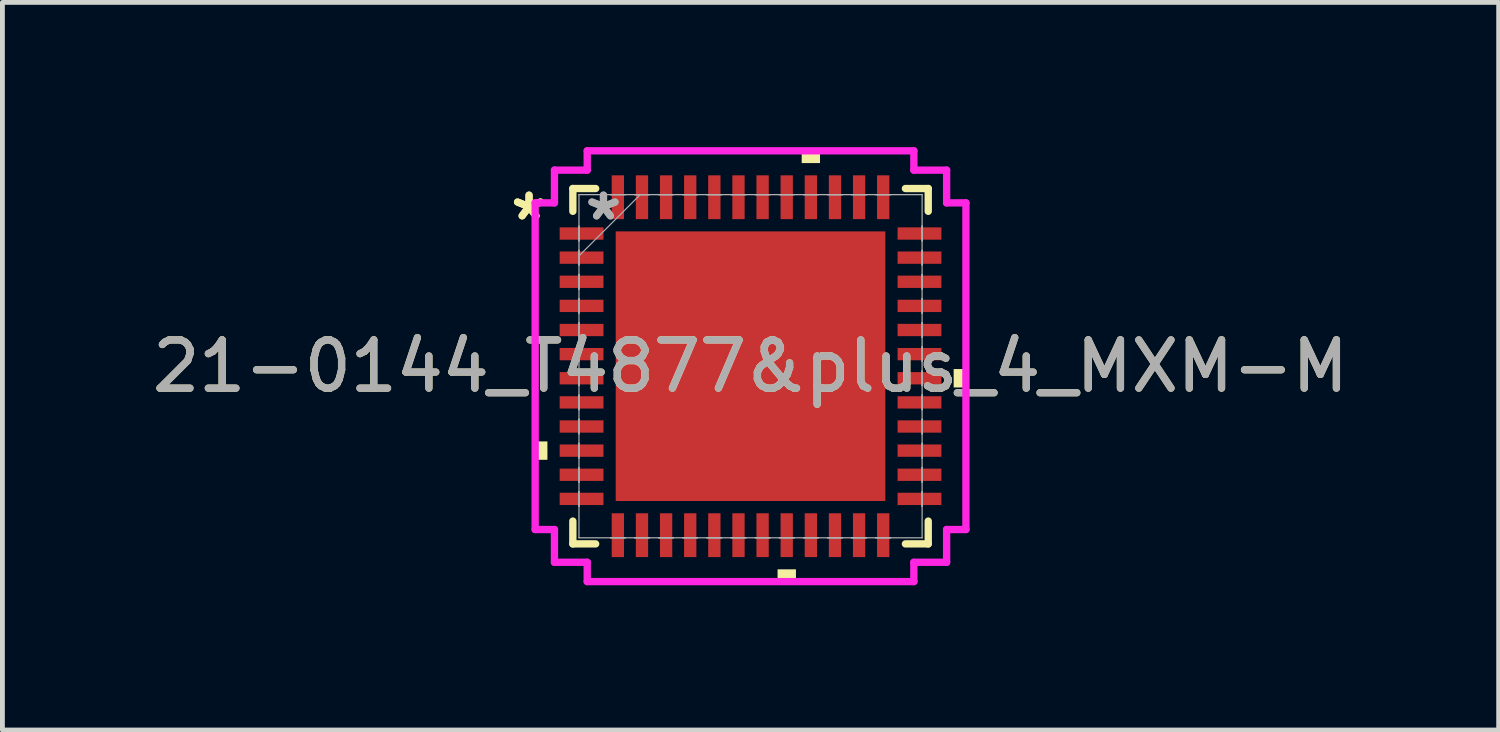
<source format=kicad_pcb>
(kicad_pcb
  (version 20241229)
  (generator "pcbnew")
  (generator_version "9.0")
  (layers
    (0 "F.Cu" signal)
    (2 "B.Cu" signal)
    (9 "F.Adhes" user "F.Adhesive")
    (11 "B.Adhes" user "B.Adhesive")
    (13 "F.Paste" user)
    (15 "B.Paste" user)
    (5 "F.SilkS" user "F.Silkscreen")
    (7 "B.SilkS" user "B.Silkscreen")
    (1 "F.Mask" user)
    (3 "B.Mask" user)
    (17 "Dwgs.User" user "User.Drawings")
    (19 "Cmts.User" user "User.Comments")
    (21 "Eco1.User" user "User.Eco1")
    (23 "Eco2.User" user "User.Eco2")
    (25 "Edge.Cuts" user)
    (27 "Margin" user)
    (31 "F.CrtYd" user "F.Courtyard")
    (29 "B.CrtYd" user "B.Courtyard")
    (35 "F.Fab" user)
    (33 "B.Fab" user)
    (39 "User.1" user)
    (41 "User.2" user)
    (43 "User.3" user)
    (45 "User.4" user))
  (footprint "21-0144_T4877&plus_4_MXM-M"
    (layer "F.Cu")
    (at 12.506 4.54)
    (property "Reference" "21-0144_T4877&plus_4_MXM-M" (at 0 0 0) (unlocked yes) (layer "F.SilkS") (effects (font (size 1 1) (thickness 0.15))))
    (attr smd)
    (fp_line (start -3.683 -3.683) (end -3.683 -3.21) (stroke (width 0.152) (type solid)) (layer "F.SilkS"))
    (fp_line (start -3.683 3.21) (end -3.683 3.683) (stroke (width 0.152) (type solid)) (layer "F.SilkS"))
    (fp_line (start -3.683 3.683) (end -3.21 3.683) (stroke (width 0.152) (type solid)) (layer "F.SilkS"))
    (fp_line (start -3.21 -3.683) (end -3.683 -3.683) (stroke (width 0.152) (type solid)) (layer "F.SilkS"))
    (fp_line (start 3.21 3.683) (end 3.683 3.683) (stroke (width 0.152) (type solid)) (layer "F.SilkS"))
    (fp_line (start 3.683 -3.683) (end 3.21 -3.683) (stroke (width 0.152) (type solid)) (layer "F.SilkS"))
    (fp_line (start 3.683 -3.21) (end 3.683 -3.683) (stroke (width 0.152) (type solid)) (layer "F.SilkS"))
    (fp_line (start 3.683 3.683) (end 3.683 3.21) (stroke (width 0.152) (type solid)) (layer "F.SilkS"))
    (fp_poly (pts (xy -4.464 1.559) (xy -4.464 1.94) (xy -4.21 1.94) (xy -4.21 1.559)) (stroke (width 0) (type solid)) (fill yes) (layer "F.SilkS"))
    (fp_poly (pts (xy 0.56 4.21) (xy 0.56 4.464) (xy 0.941 4.464) (xy 0.941 4.21)) (stroke (width 0) (type solid)) (fill yes) (layer "F.SilkS"))
    (fp_poly (pts (xy 1.06 -4.21) (xy 1.06 -4.464) (xy 1.44 -4.464) (xy 1.44 -4.21)) (stroke (width 0) (type solid)) (fill yes) (layer "F.SilkS"))
    (fp_poly (pts (xy 4.464 0.059) (xy 4.464 0.441) (xy 4.21 0.441) (xy 4.21 0.059)) (stroke (width 0) (type solid)) (fill yes) (layer "F.SilkS"))
    (fp_poly (pts (xy -2.694 -2.694) (xy -2.694 -1.497) (xy -1.497 -1.497) (xy -1.497 -2.694)) (stroke (width 0) (type solid)) (fill yes) (layer "F.Paste"))
    (fp_poly (pts (xy -2.694 -1.297) (xy -2.694 -0.1) (xy -1.497 -0.1) (xy -1.497 -1.297)) (stroke (width 0) (type solid)) (fill yes) (layer "F.Paste"))
    (fp_poly (pts (xy -2.694 0.1) (xy -2.694 1.297) (xy -1.497 1.297) (xy -1.497 0.1)) (stroke (width 0) (type solid)) (fill yes) (layer "F.Paste"))
    (fp_poly (pts (xy -2.694 1.497) (xy -2.694 2.694) (xy -1.497 2.694) (xy -1.497 1.497)) (stroke (width 0) (type solid)) (fill yes) (layer "F.Paste"))
    (fp_poly (pts (xy -1.297 -2.694) (xy -1.297 -1.497) (xy -0.1 -1.497) (xy -0.1 -2.694)) (stroke (width 0) (type solid)) (fill yes) (layer "F.Paste"))
    (fp_poly (pts (xy -1.297 -1.297) (xy -1.297 -0.1) (xy -0.1 -0.1) (xy -0.1 -1.297)) (stroke (width 0) (type solid)) (fill yes) (layer "F.Paste"))
    (fp_poly (pts (xy -1.297 0.1) (xy -1.297 1.297) (xy -0.1 1.297) (xy -0.1 0.1)) (stroke (width 0) (type solid)) (fill yes) (layer "F.Paste"))
    (fp_poly (pts (xy -1.297 1.497) (xy -1.297 2.694) (xy -0.1 2.694) (xy -0.1 1.497)) (stroke (width 0) (type solid)) (fill yes) (layer "F.Paste"))
    (fp_poly (pts (xy 0.1 -2.694) (xy 0.1 -1.497) (xy 1.297 -1.497) (xy 1.297 -2.694)) (stroke (width 0) (type solid)) (fill yes) (layer "F.Paste"))
    (fp_poly (pts (xy 0.1 -1.297) (xy 0.1 -0.1) (xy 1.297 -0.1) (xy 1.297 -1.297)) (stroke (width 0) (type solid)) (fill yes) (layer "F.Paste"))
    (fp_poly (pts (xy 0.1 0.1) (xy 0.1 1.297) (xy 1.297 1.297) (xy 1.297 0.1)) (stroke (width 0) (type solid)) (fill yes) (layer "F.Paste"))
    (fp_poly (pts (xy 0.1 1.497) (xy 0.1 2.694) (xy 1.297 2.694) (xy 1.297 1.497)) (stroke (width 0) (type solid)) (fill yes) (layer "F.Paste"))
    (fp_poly (pts (xy 1.497 -2.694) (xy 1.497 -1.497) (xy 2.694 -1.497) (xy 2.694 -2.694)) (stroke (width 0) (type solid)) (fill yes) (layer "F.Paste"))
    (fp_poly (pts (xy 1.497 -1.297) (xy 1.497 -0.1) (xy 2.694 -0.1) (xy 2.694 -1.297)) (stroke (width 0) (type solid)) (fill yes) (layer "F.Paste"))
    (fp_poly (pts (xy 1.497 0.1) (xy 1.497 1.297) (xy 2.694 1.297) (xy 2.694 0.1)) (stroke (width 0) (type solid)) (fill yes) (layer "F.Paste"))
    (fp_poly (pts (xy 1.497 1.497) (xy 1.497 2.694) (xy 2.694 2.694) (xy 2.694 1.497)) (stroke (width 0) (type solid)) (fill yes) (layer "F.Paste"))
    (fp_line (start -4.464 -3.385) (end -4.064 -3.385) (stroke (width 0.152) (type solid)) (layer "F.CrtYd"))
    (fp_line (start -4.464 3.385) (end -4.464 -3.385) (stroke (width 0.152) (type solid)) (layer "F.CrtYd"))
    (fp_line (start -4.064 -4.064) (end -3.385 -4.064) (stroke (width 0.152) (type solid)) (layer "F.CrtYd"))
    (fp_line (start -4.064 -3.385) (end -4.064 -4.064) (stroke (width 0.152) (type solid)) (layer "F.CrtYd"))
    (fp_line (start -4.064 3.385) (end -4.464 3.385) (stroke (width 0.152) (type solid)) (layer "F.CrtYd"))
    (fp_line (start -4.064 4.064) (end -4.064 3.385) (stroke (width 0.152) (type solid)) (layer "F.CrtYd"))
    (fp_line (start -3.385 -4.464) (end 3.385 -4.464) (stroke (width 0.152) (type solid)) (layer "F.CrtYd"))
    (fp_line (start -3.385 -4.064) (end -3.385 -4.464) (stroke (width 0.152) (type solid)) (layer "F.CrtYd"))
    (fp_line (start -3.385 4.064) (end -4.064 4.064) (stroke (width 0.152) (type solid)) (layer "F.CrtYd"))
    (fp_line (start -3.385 4.464) (end -3.385 4.064) (stroke (width 0.152) (type solid)) (layer "F.CrtYd"))
    (fp_line (start 3.385 -4.464) (end 3.385 -4.064) (stroke (width 0.152) (type solid)) (layer "F.CrtYd"))
    (fp_line (start 3.385 -4.064) (end 4.064 -4.064) (stroke (width 0.152) (type solid)) (layer "F.CrtYd"))
    (fp_line (start 3.385 4.064) (end 3.385 4.464) (stroke (width 0.152) (type solid)) (layer "F.CrtYd"))
    (fp_line (start 3.385 4.464) (end -3.385 4.464) (stroke (width 0.152) (type solid)) (layer "F.CrtYd"))
    (fp_line (start 4.064 -4.064) (end 4.064 -3.385) (stroke (width 0.152) (type solid)) (layer "F.CrtYd"))
    (fp_line (start 4.064 -3.385) (end 4.464 -3.385) (stroke (width 0.152) (type solid)) (layer "F.CrtYd"))
    (fp_line (start 4.064 3.385) (end 4.064 4.064) (stroke (width 0.152) (type solid)) (layer "F.CrtYd"))
    (fp_line (start 4.064 4.064) (end 3.385 4.064) (stroke (width 0.152) (type solid)) (layer "F.CrtYd"))
    (fp_line (start 4.464 -3.385) (end 4.464 3.385) (stroke (width 0.152) (type solid)) (layer "F.CrtYd"))
    (fp_line (start 4.464 3.385) (end 4.064 3.385) (stroke (width 0.152) (type solid)) (layer "F.CrtYd"))
    (fp_line (start -3.556 -3.556) (end -3.556 -3.556) (stroke (width 0.025) (type solid)) (layer "F.Fab"))
    (fp_line (start -3.556 -3.556) (end -3.556 3.556) (stroke (width 0.025) (type solid)) (layer "F.Fab"))
    (fp_line (start -3.556 -2.902) (end -3.556 -2.902) (stroke (width 0.025) (type solid)) (layer "F.Fab"))
    (fp_line (start -3.556 -2.902) (end -3.556 -2.598) (stroke (width 0.025) (type solid)) (layer "F.Fab"))
    (fp_line (start -3.556 -2.598) (end -3.556 -2.902) (stroke (width 0.025) (type solid)) (layer "F.Fab"))
    (fp_line (start -3.556 -2.598) (end -3.556 -2.598) (stroke (width 0.025) (type solid)) (layer "F.Fab"))
    (fp_line (start -3.556 -2.402) (end -3.556 -2.402) (stroke (width 0.025) (type solid)) (layer "F.Fab"))
    (fp_line (start -3.556 -2.402) (end -3.556 -2.098) (stroke (width 0.025) (type solid)) (layer "F.Fab"))
    (fp_line (start -3.556 -2.286) (end -2.286 -3.556) (stroke (width 0.025) (type solid)) (layer "F.Fab"))
    (fp_line (start -3.556 -2.098) (end -3.556 -2.402) (stroke (width 0.025) (type solid)) (layer "F.Fab"))
    (fp_line (start -3.556 -2.098) (end -3.556 -2.098) (stroke (width 0.025) (type solid)) (layer "F.Fab"))
    (fp_line (start -3.556 -1.902) (end -3.556 -1.902) (stroke (width 0.025) (type solid)) (layer "F.Fab"))
    (fp_line (start -3.556 -1.902) (end -3.556 -1.598) (stroke (width 0.025) (type solid)) (layer "F.Fab"))
    (fp_line (start -3.556 -1.598) (end -3.556 -1.902) (stroke (width 0.025) (type solid)) (layer "F.Fab"))
    (fp_line (start -3.556 -1.598) (end -3.556 -1.598) (stroke (width 0.025) (type solid)) (layer "F.Fab"))
    (fp_line (start -3.556 -1.402) (end -3.556 -1.402) (stroke (width 0.025) (type solid)) (layer "F.Fab"))
    (fp_line (start -3.556 -1.402) (end -3.556 -1.098) (stroke (width 0.025) (type solid)) (layer "F.Fab"))
    (fp_line (start -3.556 -1.098) (end -3.556 -1.402) (stroke (width 0.025) (type solid)) (layer "F.Fab"))
    (fp_line (start -3.556 -1.098) (end -3.556 -1.098) (stroke (width 0.025) (type solid)) (layer "F.Fab"))
    (fp_line (start -3.556 -0.902) (end -3.556 -0.902) (stroke (width 0.025) (type solid)) (layer "F.Fab"))
    (fp_line (start -3.556 -0.902) (end -3.556 -0.598) (stroke (width 0.025) (type solid)) (layer "F.Fab"))
    (fp_line (start -3.556 -0.598) (end -3.556 -0.902) (stroke (width 0.025) (type solid)) (layer "F.Fab"))
    (fp_line (start -3.556 -0.598) (end -3.556 -0.598) (stroke (width 0.025) (type solid)) (layer "F.Fab"))
    (fp_line (start -3.556 -0.402) (end -3.556 -0.402) (stroke (width 0.025) (type solid)) (layer "F.Fab"))
    (fp_line (start -3.556 -0.402) (end -3.556 -0.098) (stroke (width 0.025) (type solid)) (layer "F.Fab"))
    (fp_line (start -3.556 -0.098) (end -3.556 -0.402) (stroke (width 0.025) (type solid)) (layer "F.Fab"))
    (fp_line (start -3.556 -0.098) (end -3.556 -0.098) (stroke (width 0.025) (type solid)) (layer "F.Fab"))
    (fp_line (start -3.556 0.098) (end -3.556 0.098) (stroke (width 0.025) (type solid)) (layer "F.Fab"))
    (fp_line (start -3.556 0.098) (end -3.556 0.402) (stroke (width 0.025) (type solid)) (layer "F.Fab"))
    (fp_line (start -3.556 0.402) (end -3.556 0.098) (stroke (width 0.025) (type solid)) (layer "F.Fab"))
    (fp_line (start -3.556 0.402) (end -3.556 0.402) (stroke (width 0.025) (type solid)) (layer "F.Fab"))
    (fp_line (start -3.556 0.598) (end -3.556 0.598) (stroke (width 0.025) (type solid)) (layer "F.Fab"))
    (fp_line (start -3.556 0.598) (end -3.556 0.902) (stroke (width 0.025) (type solid)) (layer "F.Fab"))
    (fp_line (start -3.556 0.902) (end -3.556 0.598) (stroke (width 0.025) (type solid)) (layer "F.Fab"))
    (fp_line (start -3.556 0.902) (end -3.556 0.902) (stroke (width 0.025) (type solid)) (layer "F.Fab"))
    (fp_line (start -3.556 1.098) (end -3.556 1.098) (stroke (width 0.025) (type solid)) (layer "F.Fab"))
    (fp_line (start -3.556 1.098) (end -3.556 1.402) (stroke (width 0.025) (type solid)) (layer "F.Fab"))
    (fp_line (start -3.556 1.402) (end -3.556 1.098) (stroke (width 0.025) (type solid)) (layer "F.Fab"))
    (fp_line (start -3.556 1.402) (end -3.556 1.402) (stroke (width 0.025) (type solid)) (layer "F.Fab"))
    (fp_line (start -3.556 1.598) (end -3.556 1.598) (stroke (width 0.025) (type solid)) (layer "F.Fab"))
    (fp_line (start -3.556 1.598) (end -3.556 1.902) (stroke (width 0.025) (type solid)) (layer "F.Fab"))
    (fp_line (start -3.556 1.902) (end -3.556 1.598) (stroke (width 0.025) (type solid)) (layer "F.Fab"))
    (fp_line (start -3.556 1.902) (end -3.556 1.902) (stroke (width 0.025) (type solid)) (layer "F.Fab"))
    (fp_line (start -3.556 2.098) (end -3.556 2.098) (stroke (width 0.025) (type solid)) (layer "F.Fab"))
    (fp_line (start -3.556 2.098) (end -3.556 2.402) (stroke (width 0.025) (type solid)) (layer "F.Fab"))
    (fp_line (start -3.556 2.402) (end -3.556 2.098) (stroke (width 0.025) (type solid)) (layer "F.Fab"))
    (fp_line (start -3.556 2.402) (end -3.556 2.402) (stroke (width 0.025) (type solid)) (layer "F.Fab"))
    (fp_line (start -3.556 2.598) (end -3.556 2.598) (stroke (width 0.025) (type solid)) (layer "F.Fab"))
    (fp_line (start -3.556 2.598) (end -3.556 2.902) (stroke (width 0.025) (type solid)) (layer "F.Fab"))
    (fp_line (start -3.556 2.902) (end -3.556 2.598) (stroke (width 0.025) (type solid)) (layer "F.Fab"))
    (fp_line (start -3.556 2.902) (end -3.556 2.902) (stroke (width 0.025) (type solid)) (layer "F.Fab"))
    (fp_line (start -3.556 3.556) (end -3.556 3.556) (stroke (width 0.025) (type solid)) (layer "F.Fab"))
    (fp_line (start -3.556 3.556) (end 3.556 3.556) (stroke (width 0.025) (type solid)) (layer "F.Fab"))
    (fp_line (start -2.902 -3.556) (end -2.902 -3.556) (stroke (width 0.025) (type solid)) (layer "F.Fab"))
    (fp_line (start -2.902 -3.556) (end -2.598 -3.556) (stroke (width 0.025) (type solid)) (layer "F.Fab"))
    (fp_line (start -2.902 3.556) (end -2.902 3.556) (stroke (width 0.025) (type solid)) (layer "F.Fab"))
    (fp_line (start -2.902 3.556) (end -2.598 3.556) (stroke (width 0.025) (type solid)) (layer "F.Fab"))
    (fp_line (start -2.598 -3.556) (end -2.902 -3.556) (stroke (width 0.025) (type solid)) (layer "F.Fab"))
    (fp_line (start -2.598 -3.556) (end -2.598 -3.556) (stroke (width 0.025) (type solid)) (layer "F.Fab"))
    (fp_line (start -2.598 3.556) (end -2.902 3.556) (stroke (width 0.025) (type solid)) (layer "F.Fab"))
    (fp_line (start -2.598 3.556) (end -2.598 3.556) (stroke (width 0.025) (type solid)) (layer "F.Fab"))
    (fp_line (start -2.402 -3.556) (end -2.402 -3.556) (stroke (width 0.025) (type solid)) (layer "F.Fab"))
    (fp_line (start -2.402 -3.556) (end -2.098 -3.556) (stroke (width 0.025) (type solid)) (layer "F.Fab"))
    (fp_line (start -2.402 3.556) (end -2.402 3.556) (stroke (width 0.025) (type solid)) (layer "F.Fab"))
    (fp_line (start -2.402 3.556) (end -2.098 3.556) (stroke (width 0.025) (type solid)) (layer "F.Fab"))
    (fp_line (start -2.098 -3.556) (end -2.402 -3.556) (stroke (width 0.025) (type solid)) (layer "F.Fab"))
    (fp_line (start -2.098 -3.556) (end -2.098 -3.556) (stroke (width 0.025) (type solid)) (layer "F.Fab"))
    (fp_line (start -2.098 3.556) (end -2.402 3.556) (stroke (width 0.025) (type solid)) (layer "F.Fab"))
    (fp_line (start -2.098 3.556) (end -2.098 3.556) (stroke (width 0.025) (type solid)) (layer "F.Fab"))
    (fp_line (start -1.902 -3.556) (end -1.902 -3.556) (stroke (width 0.025) (type solid)) (layer "F.Fab"))
    (fp_line (start -1.902 -3.556) (end -1.598 -3.556) (stroke (width 0.025) (type solid)) (layer "F.Fab"))
    (fp_line (start -1.902 3.556) (end -1.902 3.556) (stroke (width 0.025) (type solid)) (layer "F.Fab"))
    (fp_line (start -1.902 3.556) (end -1.598 3.556) (stroke (width 0.025) (type solid)) (layer "F.Fab"))
    (fp_line (start -1.598 -3.556) (end -1.902 -3.556) (stroke (width 0.025) (type solid)) (layer "F.Fab"))
    (fp_line (start -1.598 -3.556) (end -1.598 -3.556) (stroke (width 0.025) (type solid)) (layer "F.Fab"))
    (fp_line (start -1.598 3.556) (end -1.902 3.556) (stroke (width 0.025) (type solid)) (layer "F.Fab"))
    (fp_line (start -1.598 3.556) (end -1.598 3.556) (stroke (width 0.025) (type solid)) (layer "F.Fab"))
    (fp_line (start -1.402 -3.556) (end -1.402 -3.556) (stroke (width 0.025) (type solid)) (layer "F.Fab"))
    (fp_line (start -1.402 -3.556) (end -1.098 -3.556) (stroke (width 0.025) (type solid)) (layer "F.Fab"))
    (fp_line (start -1.402 3.556) (end -1.402 3.556) (stroke (width 0.025) (type solid)) (layer "F.Fab"))
    (fp_line (start -1.402 3.556) (end -1.098 3.556) (stroke (width 0.025) (type solid)) (layer "F.Fab"))
    (fp_line (start -1.098 -3.556) (end -1.402 -3.556) (stroke (width 0.025) (type solid)) (layer "F.Fab"))
    (fp_line (start -1.098 -3.556) (end -1.098 -3.556) (stroke (width 0.025) (type solid)) (layer "F.Fab"))
    (fp_line (start -1.098 3.556) (end -1.402 3.556) (stroke (width 0.025) (type solid)) (layer "F.Fab"))
    (fp_line (start -1.098 3.556) (end -1.098 3.556) (stroke (width 0.025) (type solid)) (layer "F.Fab"))
    (fp_line (start -0.902 -3.556) (end -0.902 -3.556) (stroke (width 0.025) (type solid)) (layer "F.Fab"))
    (fp_line (start -0.902 -3.556) (end -0.598 -3.556) (stroke (width 0.025) (type solid)) (layer "F.Fab"))
    (fp_line (start -0.902 3.556) (end -0.902 3.556) (stroke (width 0.025) (type solid)) (layer "F.Fab"))
    (fp_line (start -0.902 3.556) (end -0.598 3.556) (stroke (width 0.025) (type solid)) (layer "F.Fab"))
    (fp_line (start -0.598 -3.556) (end -0.902 -3.556) (stroke (width 0.025) (type solid)) (layer "F.Fab"))
    (fp_line (start -0.598 -3.556) (end -0.598 -3.556) (stroke (width 0.025) (type solid)) (layer "F.Fab"))
    (fp_line (start -0.598 3.556) (end -0.902 3.556) (stroke (width 0.025) (type solid)) (layer "F.Fab"))
    (fp_line (start -0.598 3.556) (end -0.598 3.556) (stroke (width 0.025) (type solid)) (layer "F.Fab"))
    (fp_line (start -0.402 -3.556) (end -0.402 -3.556) (stroke (width 0.025) (type solid)) (layer "F.Fab"))
    (fp_line (start -0.402 -3.556) (end -0.098 -3.556) (stroke (width 0.025) (type solid)) (layer "F.Fab"))
    (fp_line (start -0.402 3.556) (end -0.402 3.556) (stroke (width 0.025) (type solid)) (layer "F.Fab"))
    (fp_line (start -0.402 3.556) (end -0.098 3.556) (stroke (width 0.025) (type solid)) (layer "F.Fab"))
    (fp_line (start -0.098 -3.556) (end -0.402 -3.556) (stroke (width 0.025) (type solid)) (layer "F.Fab"))
    (fp_line (start -0.098 -3.556) (end -0.098 -3.556) (stroke (width 0.025) (type solid)) (layer "F.Fab"))
    (fp_line (start -0.098 3.556) (end -0.402 3.556) (stroke (width 0.025) (type solid)) (layer "F.Fab"))
    (fp_line (start -0.098 3.556) (end -0.098 3.556) (stroke (width 0.025) (type solid)) (layer "F.Fab"))
    (fp_line (start 0.098 -3.556) (end 0.098 -3.556) (stroke (width 0.025) (type solid)) (layer "F.Fab"))
    (fp_line (start 0.098 -3.556) (end 0.402 -3.556) (stroke (width 0.025) (type solid)) (layer "F.Fab"))
    (fp_line (start 0.098 3.556) (end 0.098 3.556) (stroke (width 0.025) (type solid)) (layer "F.Fab"))
    (fp_line (start 0.098 3.556) (end 0.402 3.556) (stroke (width 0.025) (type solid)) (layer "F.Fab"))
    (fp_line (start 0.402 -3.556) (end 0.098 -3.556) (stroke (width 0.025) (type solid)) (layer "F.Fab"))
    (fp_line (start 0.402 -3.556) (end 0.402 -3.556) (stroke (width 0.025) (type solid)) (layer "F.Fab"))
    (fp_line (start 0.402 3.556) (end 0.098 3.556) (stroke (width 0.025) (type solid)) (layer "F.Fab"))
    (fp_line (start 0.402 3.556) (end 0.402 3.556) (stroke (width 0.025) (type solid)) (layer "F.Fab"))
    (fp_line (start 0.598 -3.556) (end 0.598 -3.556) (stroke (width 0.025) (type solid)) (layer "F.Fab"))
    (fp_line (start 0.598 -3.556) (end 0.902 -3.556) (stroke (width 0.025) (type solid)) (layer "F.Fab"))
    (fp_line (start 0.598 3.556) (end 0.598 3.556) (stroke (width 0.025) (type solid)) (layer "F.Fab"))
    (fp_line (start 0.598 3.556) (end 0.902 3.556) (stroke (width 0.025) (type solid)) (layer "F.Fab"))
    (fp_line (start 0.902 -3.556) (end 0.598 -3.556) (stroke (width 0.025) (type solid)) (layer "F.Fab"))
    (fp_line (start 0.902 -3.556) (end 0.902 -3.556) (stroke (width 0.025) (type solid)) (layer "F.Fab"))
    (fp_line (start 0.902 3.556) (end 0.598 3.556) (stroke (width 0.025) (type solid)) (layer "F.Fab"))
    (fp_line (start 0.902 3.556) (end 0.902 3.556) (stroke (width 0.025) (type solid)) (layer "F.Fab"))
    (fp_line (start 1.098 -3.556) (end 1.098 -3.556) (stroke (width 0.025) (type solid)) (layer "F.Fab"))
    (fp_line (start 1.098 -3.556) (end 1.402 -3.556) (stroke (width 0.025) (type solid)) (layer "F.Fab"))
    (fp_line (start 1.098 3.556) (end 1.098 3.556) (stroke (width 0.025) (type solid)) (layer "F.Fab"))
    (fp_line (start 1.098 3.556) (end 1.402 3.556) (stroke (width 0.025) (type solid)) (layer "F.Fab"))
    (fp_line (start 1.402 -3.556) (end 1.098 -3.556) (stroke (width 0.025) (type solid)) (layer "F.Fab"))
    (fp_line (start 1.402 -3.556) (end 1.402 -3.556) (stroke (width 0.025) (type solid)) (layer "F.Fab"))
    (fp_line (start 1.402 3.556) (end 1.098 3.556) (stroke (width 0.025) (type solid)) (layer "F.Fab"))
    (fp_line (start 1.402 3.556) (end 1.402 3.556) (stroke (width 0.025) (type solid)) (layer "F.Fab"))
    (fp_line (start 1.598 -3.556) (end 1.598 -3.556) (stroke (width 0.025) (type solid)) (layer "F.Fab"))
    (fp_line (start 1.598 -3.556) (end 1.902 -3.556) (stroke (width 0.025) (type solid)) (layer "F.Fab"))
    (fp_line (start 1.598 3.556) (end 1.598 3.556) (stroke (width 0.025) (type solid)) (layer "F.Fab"))
    (fp_line (start 1.598 3.556) (end 1.902 3.556) (stroke (width 0.025) (type solid)) (layer "F.Fab"))
    (fp_line (start 1.902 -3.556) (end 1.598 -3.556) (stroke (width 0.025) (type solid)) (layer "F.Fab"))
    (fp_line (start 1.902 -3.556) (end 1.902 -3.556) (stroke (width 0.025) (type solid)) (layer "F.Fab"))
    (fp_line (start 1.902 3.556) (end 1.598 3.556) (stroke (width 0.025) (type solid)) (layer "F.Fab"))
    (fp_line (start 1.902 3.556) (end 1.902 3.556) (stroke (width 0.025) (type solid)) (layer "F.Fab"))
    (fp_line (start 2.098 -3.556) (end 2.098 -3.556) (stroke (width 0.025) (type solid)) (layer "F.Fab"))
    (fp_line (start 2.098 -3.556) (end 2.402 -3.556) (stroke (width 0.025) (type solid)) (layer "F.Fab"))
    (fp_line (start 2.098 3.556) (end 2.098 3.556) (stroke (width 0.025) (type solid)) (layer "F.Fab"))
    (fp_line (start 2.098 3.556) (end 2.402 3.556) (stroke (width 0.025) (type solid)) (layer "F.Fab"))
    (fp_line (start 2.402 -3.556) (end 2.098 -3.556) (stroke (width 0.025) (type solid)) (layer "F.Fab"))
    (fp_line (start 2.402 -3.556) (end 2.402 -3.556) (stroke (width 0.025) (type solid)) (layer "F.Fab"))
    (fp_line (start 2.402 3.556) (end 2.098 3.556) (stroke (width 0.025) (type solid)) (layer "F.Fab"))
    (fp_line (start 2.402 3.556) (end 2.402 3.556) (stroke (width 0.025) (type solid)) (layer "F.Fab"))
    (fp_line (start 2.598 -3.556) (end 2.598 -3.556) (stroke (width 0.025) (type solid)) (layer "F.Fab"))
    (fp_line (start 2.598 -3.556) (end 2.902 -3.556) (stroke (width 0.025) (type solid)) (layer "F.Fab"))
    (fp_line (start 2.598 3.556) (end 2.598 3.556) (stroke (width 0.025) (type solid)) (layer "F.Fab"))
    (fp_line (start 2.598 3.556) (end 2.902 3.556) (stroke (width 0.025) (type solid)) (layer "F.Fab"))
    (fp_line (start 2.902 -3.556) (end 2.598 -3.556) (stroke (width 0.025) (type solid)) (layer "F.Fab"))
    (fp_line (start 2.902 -3.556) (end 2.902 -3.556) (stroke (width 0.025) (type solid)) (layer "F.Fab"))
    (fp_line (start 2.902 3.556) (end 2.598 3.556) (stroke (width 0.025) (type solid)) (layer "F.Fab"))
    (fp_line (start 2.902 3.556) (end 2.902 3.556) (stroke (width 0.025) (type solid)) (layer "F.Fab"))
    (fp_line (start 3.556 -3.556) (end -3.556 -3.556) (stroke (width 0.025) (type solid)) (layer "F.Fab"))
    (fp_line (start 3.556 -3.556) (end 3.556 -3.556) (stroke (width 0.025) (type solid)) (layer "F.Fab"))
    (fp_line (start 3.556 -2.902) (end 3.556 -2.902) (stroke (width 0.025) (type solid)) (layer "F.Fab"))
    (fp_line (start 3.556 -2.902) (end 3.556 -2.598) (stroke (width 0.025) (type solid)) (layer "F.Fab"))
    (fp_line (start 3.556 -2.598) (end 3.556 -2.902) (stroke (width 0.025) (type solid)) (layer "F.Fab"))
    (fp_line (start 3.556 -2.598) (end 3.556 -2.598) (stroke (width 0.025) (type solid)) (layer "F.Fab"))
    (fp_line (start 3.556 -2.402) (end 3.556 -2.402) (stroke (width 0.025) (type solid)) (layer "F.Fab"))
    (fp_line (start 3.556 -2.402) (end 3.556 -2.098) (stroke (width 0.025) (type solid)) (layer "F.Fab"))
    (fp_line (start 3.556 -2.098) (end 3.556 -2.402) (stroke (width 0.025) (type solid)) (layer "F.Fab"))
    (fp_line (start 3.556 -2.098) (end 3.556 -2.098) (stroke (width 0.025) (type solid)) (layer "F.Fab"))
    (fp_line (start 3.556 -1.902) (end 3.556 -1.902) (stroke (width 0.025) (type solid)) (layer "F.Fab"))
    (fp_line (start 3.556 -1.902) (end 3.556 -1.598) (stroke (width 0.025) (type solid)) (layer "F.Fab"))
    (fp_line (start 3.556 -1.598) (end 3.556 -1.902) (stroke (width 0.025) (type solid)) (layer "F.Fab"))
    (fp_line (start 3.556 -1.598) (end 3.556 -1.598) (stroke (width 0.025) (type solid)) (layer "F.Fab"))
    (fp_line (start 3.556 -1.402) (end 3.556 -1.402) (stroke (width 0.025) (type solid)) (layer "F.Fab"))
    (fp_line (start 3.556 -1.402) (end 3.556 -1.098) (stroke (width 0.025) (type solid)) (layer "F.Fab"))
    (fp_line (start 3.556 -1.098) (end 3.556 -1.402) (stroke (width 0.025) (type solid)) (layer "F.Fab"))
    (fp_line (start 3.556 -1.098) (end 3.556 -1.098) (stroke (width 0.025) (type solid)) (layer "F.Fab"))
    (fp_line (start 3.556 -0.902) (end 3.556 -0.902) (stroke (width 0.025) (type solid)) (layer "F.Fab"))
    (fp_line (start 3.556 -0.902) (end 3.556 -0.598) (stroke (width 0.025) (type solid)) (layer "F.Fab"))
    (fp_line (start 3.556 -0.598) (end 3.556 -0.902) (stroke (width 0.025) (type solid)) (layer "F.Fab"))
    (fp_line (start 3.556 -0.598) (end 3.556 -0.598) (stroke (width 0.025) (type solid)) (layer "F.Fab"))
    (fp_line (start 3.556 -0.402) (end 3.556 -0.402) (stroke (width 0.025) (type solid)) (layer "F.Fab"))
    (fp_line (start 3.556 -0.402) (end 3.556 -0.098) (stroke (width 0.025) (type solid)) (layer "F.Fab"))
    (fp_line (start 3.556 -0.098) (end 3.556 -0.402) (stroke (width 0.025) (type solid)) (layer "F.Fab"))
    (fp_line (start 3.556 -0.098) (end 3.556 -0.098) (stroke (width 0.025) (type solid)) (layer "F.Fab"))
    (fp_line (start 3.556 0.098) (end 3.556 0.098) (stroke (width 0.025) (type solid)) (layer "F.Fab"))
    (fp_line (start 3.556 0.098) (end 3.556 0.402) (stroke (width 0.025) (type solid)) (layer "F.Fab"))
    (fp_line (start 3.556 0.402) (end 3.556 0.098) (stroke (width 0.025) (type solid)) (layer "F.Fab"))
    (fp_line (start 3.556 0.402) (end 3.556 0.402) (stroke (width 0.025) (type solid)) (layer "F.Fab"))
    (fp_line (start 3.556 0.598) (end 3.556 0.598) (stroke (width 0.025) (type solid)) (layer "F.Fab"))
    (fp_line (start 3.556 0.598) (end 3.556 0.902) (stroke (width 0.025) (type solid)) (layer "F.Fab"))
    (fp_line (start 3.556 0.902) (end 3.556 0.598) (stroke (width 0.025) (type solid)) (layer "F.Fab"))
    (fp_line (start 3.556 0.902) (end 3.556 0.902) (stroke (width 0.025) (type solid)) (layer "F.Fab"))
    (fp_line (start 3.556 1.098) (end 3.556 1.098) (stroke (width 0.025) (type solid)) (layer "F.Fab"))
    (fp_line (start 3.556 1.098) (end 3.556 1.402) (stroke (width 0.025) (type solid)) (layer "F.Fab"))
    (fp_line (start 3.556 1.402) (end 3.556 1.098) (stroke (width 0.025) (type solid)) (layer "F.Fab"))
    (fp_line (start 3.556 1.402) (end 3.556 1.402) (stroke (width 0.025) (type solid)) (layer "F.Fab"))
    (fp_line (start 3.556 1.598) (end 3.556 1.598) (stroke (width 0.025) (type solid)) (layer "F.Fab"))
    (fp_line (start 3.556 1.598) (end 3.556 1.902) (stroke (width 0.025) (type solid)) (layer "F.Fab"))
    (fp_line (start 3.556 1.902) (end 3.556 1.598) (stroke (width 0.025) (type solid)) (layer "F.Fab"))
    (fp_line (start 3.556 1.902) (end 3.556 1.902) (stroke (width 0.025) (type solid)) (layer "F.Fab"))
    (fp_line (start 3.556 2.098) (end 3.556 2.098) (stroke (width 0.025) (type solid)) (layer "F.Fab"))
    (fp_line (start 3.556 2.098) (end 3.556 2.402) (stroke (width 0.025) (type solid)) (layer "F.Fab"))
    (fp_line (start 3.556 2.402) (end 3.556 2.098) (stroke (width 0.025) (type solid)) (layer "F.Fab"))
    (fp_line (start 3.556 2.402) (end 3.556 2.402) (stroke (width 0.025) (type solid)) (layer "F.Fab"))
    (fp_line (start 3.556 2.598) (end 3.556 2.598) (stroke (width 0.025) (type solid)) (layer "F.Fab"))
    (fp_line (start 3.556 2.598) (end 3.556 2.902) (stroke (width 0.025) (type solid)) (layer "F.Fab"))
    (fp_line (start 3.556 2.902) (end 3.556 2.598) (stroke (width 0.025) (type solid)) (layer "F.Fab"))
    (fp_line (start 3.556 2.902) (end 3.556 2.902) (stroke (width 0.025) (type solid)) (layer "F.Fab"))
    (fp_line (start 3.556 3.556) (end 3.556 -3.556) (stroke (width 0.025) (type solid)) (layer "F.Fab"))
    (fp_line (start 3.556 3.556) (end 3.556 3.556) (stroke (width 0.025) (type solid)) (layer "F.Fab"))
    (fp_text user "*" (at -4.591 -3 0) (layer "F.SilkS") (effects (font (size 1 1) (thickness 0.15))))
    (fp_text user "*" (at -4.591 -3 0) (unlocked yes) (layer "F.SilkS") (effects (font (size 1 1) (thickness 0.15))))
    (fp_text user "*" (at -3.048 -3 0) (layer "F.Fab") (effects (font (size 1 1) (thickness 0.15))))
    (fp_text user "*" (at -3.048 -3 0) (unlocked yes) (layer "F.Fab") (effects (font (size 1 1) (thickness 0.15))))
    (fp_text user "${REFERENCE}" (at 0 0 0) (unlocked yes) (layer "F.Fab") (effects (font (size 1 1) (thickness 0.15))))
    (pad "1" smd rect (at -3.502 -2.75 90) (size 0.255 0.908) (layers "F.Cu" "F.Mask" "F.Paste"))
    (pad "2" smd rect (at -3.502 -2.25 90) (size 0.255 0.908) (layers "F.Cu" "F.Mask" "F.Paste"))
    (pad "3" smd rect (at -3.502 -1.75 90) (size 0.255 0.908) (layers "F.Cu" "F.Mask" "F.Paste"))
    (pad "4" smd rect (at -3.502 -1.25 90) (size 0.255 0.908) (layers "F.Cu" "F.Mask" "F.Paste"))
    (pad "5" smd rect (at -3.502 -0.75 90) (size 0.255 0.908) (layers "F.Cu" "F.Mask" "F.Paste"))
    (pad "6" smd rect (at -3.502 -0.25 90) (size 0.255 0.908) (layers "F.Cu" "F.Mask" "F.Paste"))
    (pad "7" smd rect (at -3.502 0.25 90) (size 0.255 0.908) (layers "F.Cu" "F.Mask" "F.Paste"))
    (pad "8" smd rect (at -3.502 0.75 90) (size 0.255 0.908) (layers "F.Cu" "F.Mask" "F.Paste"))
    (pad "9" smd rect (at -3.502 1.25 90) (size 0.255 0.908) (layers "F.Cu" "F.Mask" "F.Paste"))
    (pad "10" smd rect (at -3.502 1.75 90) (size 0.255 0.908) (layers "F.Cu" "F.Mask" "F.Paste"))
    (pad "11" smd rect (at -3.502 2.25 90) (size 0.255 0.908) (layers "F.Cu" "F.Mask" "F.Paste"))
    (pad "12" smd rect (at -3.502 2.75 90) (size 0.255 0.908) (layers "F.Cu" "F.Mask" "F.Paste"))
    (pad "13" smd rect (at -2.75 3.502) (size 0.255 0.908) (layers "F.Cu" "F.Mask" "F.Paste"))
    (pad "14" smd rect (at -2.25 3.502) (size 0.255 0.908) (layers "F.Cu" "F.Mask" "F.Paste"))
    (pad "15" smd rect (at -1.75 3.502) (size 0.255 0.908) (layers "F.Cu" "F.Mask" "F.Paste"))
    (pad "16" smd rect (at -1.25 3.502) (size 0.255 0.908) (layers "F.Cu" "F.Mask" "F.Paste"))
    (pad "17" smd rect (at -0.75 3.502) (size 0.255 0.908) (layers "F.Cu" "F.Mask" "F.Paste"))
    (pad "18" smd rect (at -0.25 3.502) (size 0.255 0.908) (layers "F.Cu" "F.Mask" "F.Paste"))
    (pad "19" smd rect (at 0.25 3.502) (size 0.255 0.908) (layers "F.Cu" "F.Mask" "F.Paste"))
    (pad "20" smd rect (at 0.75 3.502) (size 0.255 0.908) (layers "F.Cu" "F.Mask" "F.Paste"))
    (pad "21" smd rect (at 1.25 3.502) (size 0.255 0.908) (layers "F.Cu" "F.Mask" "F.Paste"))
    (pad "22" smd rect (at 1.75 3.502) (size 0.255 0.908) (layers "F.Cu" "F.Mask" "F.Paste"))
    (pad "23" smd rect (at 2.25 3.502) (size 0.255 0.908) (layers "F.Cu" "F.Mask" "F.Paste"))
    (pad "24" smd rect (at 2.75 3.502) (size 0.255 0.908) (layers "F.Cu" "F.Mask" "F.Paste"))
    (pad "25" smd rect (at 3.502 2.75 90) (size 0.255 0.908) (layers "F.Cu" "F.Mask" "F.Paste"))
    (pad "26" smd rect (at 3.502 2.25 90) (size 0.255 0.908) (layers "F.Cu" "F.Mask" "F.Paste"))
    (pad "27" smd rect (at 3.502 1.75 90) (size 0.255 0.908) (layers "F.Cu" "F.Mask" "F.Paste"))
    (pad "28" smd rect (at 3.502 1.25 90) (size 0.255 0.908) (layers "F.Cu" "F.Mask" "F.Paste"))
    (pad "29" smd rect (at 3.502 0.75 90) (size 0.255 0.908) (layers "F.Cu" "F.Mask" "F.Paste"))
    (pad "30" smd rect (at 3.502 0.25 90) (size 0.255 0.908) (layers "F.Cu" "F.Mask" "F.Paste"))
    (pad "31" smd rect (at 3.502 -0.25 90) (size 0.255 0.908) (layers "F.Cu" "F.Mask" "F.Paste"))
    (pad "32" smd rect (at 3.502 -0.75 90) (size 0.255 0.908) (layers "F.Cu" "F.Mask" "F.Paste"))
    (pad "33" smd rect (at 3.502 -1.25 90) (size 0.255 0.908) (layers "F.Cu" "F.Mask" "F.Paste"))
    (pad "34" smd rect (at 3.502 -1.75 90) (size 0.255 0.908) (layers "F.Cu" "F.Mask" "F.Paste"))
    (pad "35" smd rect (at 3.502 -2.25 90) (size 0.255 0.908) (layers "F.Cu" "F.Mask" "F.Paste"))
    (pad "36" smd rect (at 3.502 -2.75 90) (size 0.255 0.908) (layers "F.Cu" "F.Mask" "F.Paste"))
    (pad "37" smd rect (at 2.75 -3.502) (size 0.255 0.908) (layers "F.Cu" "F.Mask" "F.Paste"))
    (pad "38" smd rect (at 2.25 -3.502) (size 0.255 0.908) (layers "F.Cu" "F.Mask" "F.Paste"))
    (pad "39" smd rect (at 1.75 -3.502) (size 0.255 0.908) (layers "F.Cu" "F.Mask" "F.Paste"))
    (pad "40" smd rect (at 1.25 -3.502) (size 0.255 0.908) (layers "F.Cu" "F.Mask" "F.Paste"))
    (pad "41" smd rect (at 0.75 -3.502) (size 0.255 0.908) (layers "F.Cu" "F.Mask" "F.Paste"))
    (pad "42" smd rect (at 0.25 -3.502) (size 0.255 0.908) (layers "F.Cu" "F.Mask" "F.Paste"))
    (pad "43" smd rect (at -0.25 -3.502) (size 0.255 0.908) (layers "F.Cu" "F.Mask" "F.Paste"))
    (pad "44" smd rect (at -0.75 -3.502) (size 0.255 0.908) (layers "F.Cu" "F.Mask" "F.Paste"))
    (pad "45" smd rect (at -1.25 -3.502) (size 0.255 0.908) (layers "F.Cu" "F.Mask" "F.Paste"))
    (pad "46" smd rect (at -1.75 -3.502) (size 0.255 0.908) (layers "F.Cu" "F.Mask" "F.Paste"))
    (pad "47" smd rect (at -2.25 -3.502) (size 0.255 0.908) (layers "F.Cu" "F.Mask" "F.Paste"))
    (pad "48" smd rect (at -2.75 -3.502) (size 0.255 0.908) (layers "F.Cu" "F.Mask" "F.Paste"))
    (pad "49" smd rect (at 0 0) (size 5.588 5.588) (layers "F.Cu" "F.Mask")))
  (gr_rect
    (start -3 -3)
    (end 28.012 12.08)
    (stroke (width 0.1) (type default))
    (fill no)
    (layer "Edge.Cuts")))
</source>
